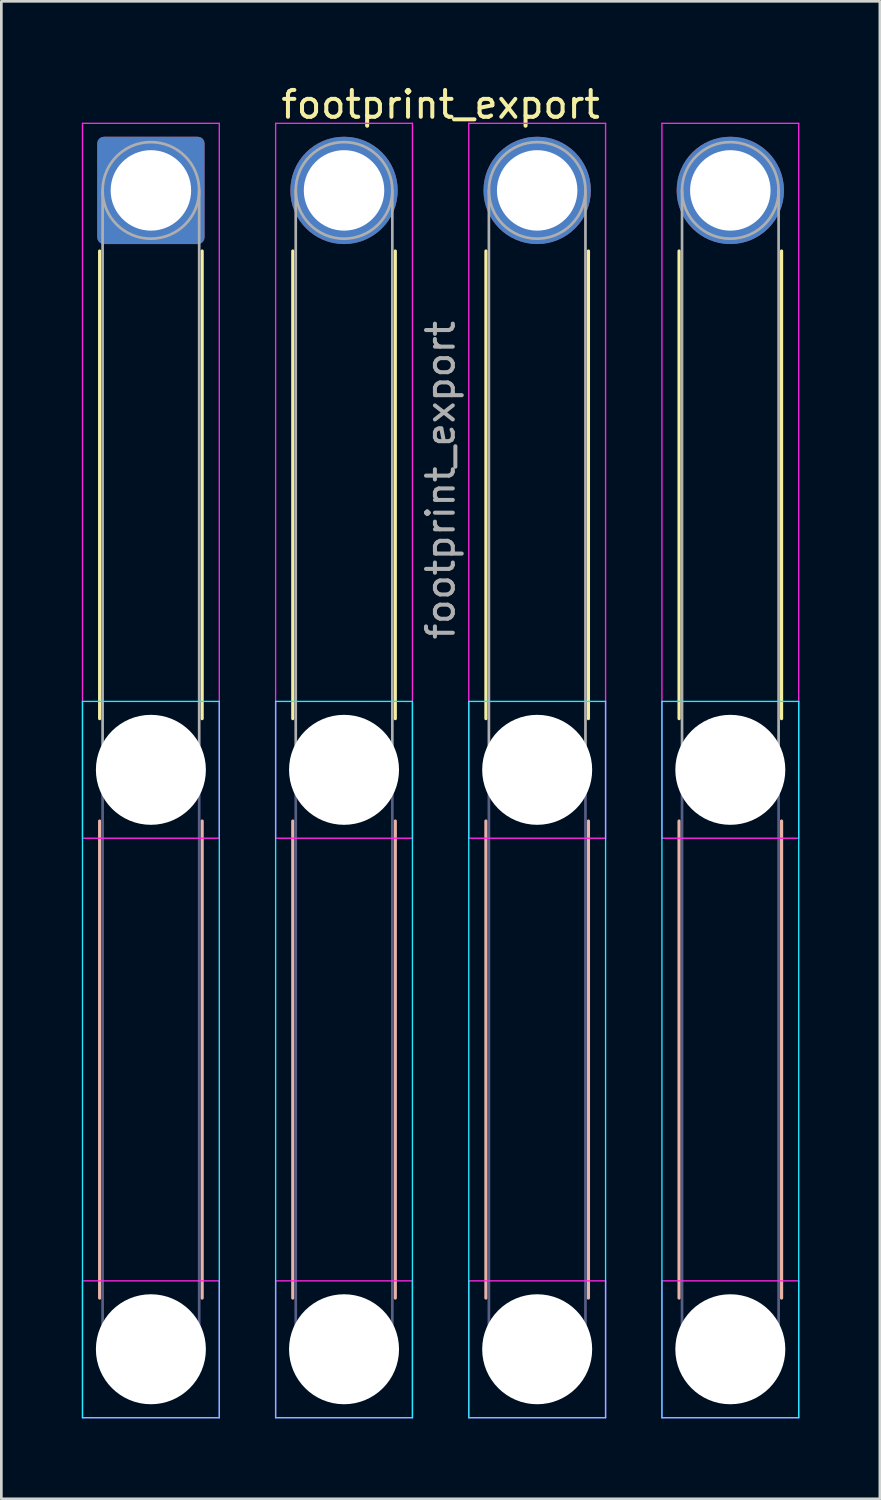
<source format=kicad_pcb>
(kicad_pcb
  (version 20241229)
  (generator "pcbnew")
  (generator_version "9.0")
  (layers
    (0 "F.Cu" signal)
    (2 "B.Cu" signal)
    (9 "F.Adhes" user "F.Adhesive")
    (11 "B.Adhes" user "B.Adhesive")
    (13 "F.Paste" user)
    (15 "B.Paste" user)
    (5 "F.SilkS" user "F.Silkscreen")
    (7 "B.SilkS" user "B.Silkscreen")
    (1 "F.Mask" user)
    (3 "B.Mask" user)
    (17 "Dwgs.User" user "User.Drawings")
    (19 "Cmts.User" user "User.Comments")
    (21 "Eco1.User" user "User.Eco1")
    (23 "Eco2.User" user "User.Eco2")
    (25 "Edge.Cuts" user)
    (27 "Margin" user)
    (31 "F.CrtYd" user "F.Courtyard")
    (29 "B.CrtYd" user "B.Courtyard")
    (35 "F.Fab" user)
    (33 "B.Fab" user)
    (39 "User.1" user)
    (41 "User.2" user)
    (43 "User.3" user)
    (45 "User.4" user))
  (footprint "footprint_export"
    (layer "F.Cu")
    (at 2.575 4.048)
    (property "Reference" "footprint_export" (at 10.8 -3.2 0) (layer "F.SilkS") (effects (font (size 1 1) (thickness 0.15))))
    (attr exclude_from_pos_files exclude_from_bom)
    (fp_line (start -1.91 2.26) (end -1.91 19.69) (stroke (width 0.12) (type solid)) (layer "F.SilkS"))
    (fp_line (start 1.91 2.26) (end 1.91 19.69) (stroke (width 0.12) (type solid)) (layer "F.SilkS"))
    (fp_line (start 5.29 2.26) (end 5.29 19.69) (stroke (width 0.12) (type solid)) (layer "F.SilkS"))
    (fp_line (start 9.11 2.26) (end 9.11 19.69) (stroke (width 0.12) (type solid)) (layer "F.SilkS"))
    (fp_line (start 12.49 2.26) (end 12.49 19.69) (stroke (width 0.12) (type solid)) (layer "F.SilkS"))
    (fp_line (start 16.31 2.26) (end 16.31 19.69) (stroke (width 0.12) (type solid)) (layer "F.SilkS"))
    (fp_line (start 19.69 2.26) (end 19.69 19.69) (stroke (width 0.12) (type solid)) (layer "F.SilkS"))
    (fp_line (start 23.51 2.26) (end 23.51 19.69) (stroke (width 0.12) (type solid)) (layer "F.SilkS"))
    (fp_line (start -1.91 23.51) (end -1.91 41.29) (stroke (width 0.12) (type solid)) (layer "B.SilkS"))
    (fp_line (start 1.91 23.51) (end 1.91 41.29) (stroke (width 0.12) (type solid)) (layer "B.SilkS"))
    (fp_line (start 5.29 23.51) (end 5.29 41.29) (stroke (width 0.12) (type solid)) (layer "B.SilkS"))
    (fp_line (start 9.11 23.51) (end 9.11 41.29) (stroke (width 0.12) (type solid)) (layer "B.SilkS"))
    (fp_line (start 12.49 23.51) (end 12.49 41.29) (stroke (width 0.12) (type solid)) (layer "B.SilkS"))
    (fp_line (start 16.31 23.51) (end 16.31 41.29) (stroke (width 0.12) (type solid)) (layer "B.SilkS"))
    (fp_line (start 19.69 23.51) (end 19.69 41.29) (stroke (width 0.12) (type solid)) (layer "B.SilkS"))
    (fp_line (start 23.51 23.51) (end 23.51 41.29) (stroke (width 0.12) (type solid)) (layer "B.SilkS"))
    (fp_line (start -2.55 19.05) (end -2.55 45.75) (stroke (width 0.05) (type solid)) (layer "B.CrtYd"))
    (fp_line (start -2.55 45.75) (end 2.55 45.75) (stroke (width 0.05) (type solid)) (layer "B.CrtYd"))
    (fp_line (start 2.55 19.05) (end -2.55 19.05) (stroke (width 0.05) (type solid)) (layer "B.CrtYd"))
    (fp_line (start 2.55 45.75) (end 2.55 19.05) (stroke (width 0.05) (type solid)) (layer "B.CrtYd"))
    (fp_line (start 4.65 19.05) (end 4.65 45.75) (stroke (width 0.05) (type solid)) (layer "B.CrtYd"))
    (fp_line (start 4.65 45.75) (end 9.75 45.75) (stroke (width 0.05) (type solid)) (layer "B.CrtYd"))
    (fp_line (start 9.75 19.05) (end 4.65 19.05) (stroke (width 0.05) (type solid)) (layer "B.CrtYd"))
    (fp_line (start 9.75 45.75) (end 9.75 19.05) (stroke (width 0.05) (type solid)) (layer "B.CrtYd"))
    (fp_line (start 11.85 19.05) (end 11.85 45.75) (stroke (width 0.05) (type solid)) (layer "B.CrtYd"))
    (fp_line (start 11.85 45.75) (end 16.95 45.75) (stroke (width 0.05) (type solid)) (layer "B.CrtYd"))
    (fp_line (start 16.95 19.05) (end 11.85 19.05) (stroke (width 0.05) (type solid)) (layer "B.CrtYd"))
    (fp_line (start 16.95 45.75) (end 16.95 19.05) (stroke (width 0.05) (type solid)) (layer "B.CrtYd"))
    (fp_line (start 19.05 19.05) (end 19.05 45.75) (stroke (width 0.05) (type solid)) (layer "B.CrtYd"))
    (fp_line (start 19.05 45.75) (end 24.15 45.75) (stroke (width 0.05) (type solid)) (layer "B.CrtYd"))
    (fp_line (start 24.15 19.05) (end 19.05 19.05) (stroke (width 0.05) (type solid)) (layer "B.CrtYd"))
    (fp_line (start 24.15 45.75) (end 24.15 19.05) (stroke (width 0.05) (type solid)) (layer "B.CrtYd"))
    (fp_line (start -2.55 -2.5) (end -2.55 24.15) (stroke (width 0.05) (type solid)) (layer "F.CrtYd"))
    (fp_line (start -2.55 24.15) (end 2.55 24.15) (stroke (width 0.05) (type solid)) (layer "F.CrtYd"))
    (fp_line (start -2.55 40.65) (end -2.55 45.75) (stroke (width 0.05) (type solid)) (layer "F.CrtYd"))
    (fp_line (start -2.55 45.75) (end 2.55 45.75) (stroke (width 0.05) (type solid)) (layer "F.CrtYd"))
    (fp_line (start 2.55 -2.5) (end -2.55 -2.5) (stroke (width 0.05) (type solid)) (layer "F.CrtYd"))
    (fp_line (start 2.55 24.15) (end 2.55 -2.5) (stroke (width 0.05) (type solid)) (layer "F.CrtYd"))
    (fp_line (start 2.55 40.65) (end -2.55 40.65) (stroke (width 0.05) (type solid)) (layer "F.CrtYd"))
    (fp_line (start 2.55 45.75) (end 2.55 40.65) (stroke (width 0.05) (type solid)) (layer "F.CrtYd"))
    (fp_line (start 4.65 -2.5) (end 4.65 24.15) (stroke (width 0.05) (type solid)) (layer "F.CrtYd"))
    (fp_line (start 4.65 24.15) (end 9.75 24.15) (stroke (width 0.05) (type solid)) (layer "F.CrtYd"))
    (fp_line (start 4.65 40.65) (end 4.65 45.75) (stroke (width 0.05) (type solid)) (layer "F.CrtYd"))
    (fp_line (start 4.65 45.75) (end 9.75 45.75) (stroke (width 0.05) (type solid)) (layer "F.CrtYd"))
    (fp_line (start 9.75 -2.5) (end 4.65 -2.5) (stroke (width 0.05) (type solid)) (layer "F.CrtYd"))
    (fp_line (start 9.75 24.15) (end 9.75 -2.5) (stroke (width 0.05) (type solid)) (layer "F.CrtYd"))
    (fp_line (start 9.75 40.65) (end 4.65 40.65) (stroke (width 0.05) (type solid)) (layer "F.CrtYd"))
    (fp_line (start 9.75 45.75) (end 9.75 40.65) (stroke (width 0.05) (type solid)) (layer "F.CrtYd"))
    (fp_line (start 11.85 -2.5) (end 11.85 24.15) (stroke (width 0.05) (type solid)) (layer "F.CrtYd"))
    (fp_line (start 11.85 24.15) (end 16.95 24.15) (stroke (width 0.05) (type solid)) (layer "F.CrtYd"))
    (fp_line (start 11.85 40.65) (end 11.85 45.75) (stroke (width 0.05) (type solid)) (layer "F.CrtYd"))
    (fp_line (start 11.85 45.75) (end 16.95 45.75) (stroke (width 0.05) (type solid)) (layer "F.CrtYd"))
    (fp_line (start 16.95 -2.5) (end 11.85 -2.5) (stroke (width 0.05) (type solid)) (layer "F.CrtYd"))
    (fp_line (start 16.95 24.15) (end 16.95 -2.5) (stroke (width 0.05) (type solid)) (layer "F.CrtYd"))
    (fp_line (start 16.95 40.65) (end 11.85 40.65) (stroke (width 0.05) (type solid)) (layer "F.CrtYd"))
    (fp_line (start 16.95 45.75) (end 16.95 40.65) (stroke (width 0.05) (type solid)) (layer "F.CrtYd"))
    (fp_line (start 19.05 -2.5) (end 19.05 24.15) (stroke (width 0.05) (type solid)) (layer "F.CrtYd"))
    (fp_line (start 19.05 24.15) (end 24.15 24.15) (stroke (width 0.05) (type solid)) (layer "F.CrtYd"))
    (fp_line (start 19.05 40.65) (end 19.05 45.75) (stroke (width 0.05) (type solid)) (layer "F.CrtYd"))
    (fp_line (start 19.05 45.75) (end 24.15 45.75) (stroke (width 0.05) (type solid)) (layer "F.CrtYd"))
    (fp_line (start 24.15 -2.5) (end 19.05 -2.5) (stroke (width 0.05) (type solid)) (layer "F.CrtYd"))
    (fp_line (start 24.15 24.15) (end 24.15 -2.5) (stroke (width 0.05) (type solid)) (layer "F.CrtYd"))
    (fp_line (start 24.15 40.65) (end 19.05 40.65) (stroke (width 0.05) (type solid)) (layer "F.CrtYd"))
    (fp_line (start 24.15 45.75) (end 24.15 40.65) (stroke (width 0.05) (type solid)) (layer "F.CrtYd"))
    (fp_line (start -1.8 21.6) (end -1.8 43.2) (stroke (width 0.1) (type solid)) (layer "B.Fab"))
    (fp_line (start 1.8 21.6) (end 1.8 43.2) (stroke (width 0.1) (type solid)) (layer "B.Fab"))
    (fp_line (start 5.4 21.6) (end 5.4 43.2) (stroke (width 0.1) (type solid)) (layer "B.Fab"))
    (fp_line (start 9 21.6) (end 9 43.2) (stroke (width 0.1) (type solid)) (layer "B.Fab"))
    (fp_line (start 12.6 21.6) (end 12.6 43.2) (stroke (width 0.1) (type solid)) (layer "B.Fab"))
    (fp_line (start 16.2 21.6) (end 16.2 43.2) (stroke (width 0.1) (type solid)) (layer "B.Fab"))
    (fp_line (start 19.8 21.6) (end 19.8 43.2) (stroke (width 0.1) (type solid)) (layer "B.Fab"))
    (fp_line (start 23.4 21.6) (end 23.4 43.2) (stroke (width 0.1) (type solid)) (layer "B.Fab"))
    (fp_circle (center 0 21.6) (end 1.8 21.6) (stroke (width 0.1) (type solid)) (fill no) (layer "B.Fab"))
    (fp_circle (center 0 43.2) (end 1.8 43.2) (stroke (width 0.1) (type solid)) (fill no) (layer "B.Fab"))
    (fp_circle (center 7.2 21.6) (end 9 21.6) (stroke (width 0.1) (type solid)) (fill no) (layer "B.Fab"))
    (fp_circle (center 7.2 43.2) (end 9 43.2) (stroke (width 0.1) (type solid)) (fill no) (layer "B.Fab"))
    (fp_circle (center 14.4 21.6) (end 16.2 21.6) (stroke (width 0.1) (type solid)) (fill no) (layer "B.Fab"))
    (fp_circle (center 14.4 43.2) (end 16.2 43.2) (stroke (width 0.1) (type solid)) (fill no) (layer "B.Fab"))
    (fp_circle (center 21.6 21.6) (end 23.4 21.6) (stroke (width 0.1) (type solid)) (fill no) (layer "B.Fab"))
    (fp_circle (center 21.6 43.2) (end 23.4 43.2) (stroke (width 0.1) (type solid)) (fill no) (layer "B.Fab"))
    (fp_line (start -1.8 0) (end -1.8 21.6) (stroke (width 0.1) (type solid)) (layer "F.Fab"))
    (fp_line (start 1.8 0) (end 1.8 21.6) (stroke (width 0.1) (type solid)) (layer "F.Fab"))
    (fp_line (start 5.4 0) (end 5.4 21.6) (stroke (width 0.1) (type solid)) (layer "F.Fab"))
    (fp_line (start 9 0) (end 9 21.6) (stroke (width 0.1) (type solid)) (layer "F.Fab"))
    (fp_line (start 12.6 0) (end 12.6 21.6) (stroke (width 0.1) (type solid)) (layer "F.Fab"))
    (fp_line (start 16.2 0) (end 16.2 21.6) (stroke (width 0.1) (type solid)) (layer "F.Fab"))
    (fp_line (start 19.8 0) (end 19.8 21.6) (stroke (width 0.1) (type solid)) (layer "F.Fab"))
    (fp_line (start 23.4 0) (end 23.4 21.6) (stroke (width 0.1) (type solid)) (layer "F.Fab"))
    (fp_circle (center 0 0) (end 1.8 0) (stroke (width 0.1) (type solid)) (fill no) (layer "F.Fab"))
    (fp_circle (center 0 21.6) (end 1.8 21.6) (stroke (width 0.1) (type solid)) (fill no) (layer "F.Fab"))
    (fp_circle (center 0 43.2) (end 1.8 43.2) (stroke (width 0.1) (type solid)) (fill no) (layer "F.Fab"))
    (fp_circle (center 7.2 0) (end 9 0) (stroke (width 0.1) (type solid)) (fill no) (layer "F.Fab"))
    (fp_circle (center 7.2 21.6) (end 9 21.6) (stroke (width 0.1) (type solid)) (fill no) (layer "F.Fab"))
    (fp_circle (center 7.2 43.2) (end 9 43.2) (stroke (width 0.1) (type solid)) (fill no) (layer "F.Fab"))
    (fp_circle (center 14.4 0) (end 16.2 0) (stroke (width 0.1) (type solid)) (fill no) (layer "F.Fab"))
    (fp_circle (center 14.4 21.6) (end 16.2 21.6) (stroke (width 0.1) (type solid)) (fill no) (layer "F.Fab"))
    (fp_circle (center 14.4 43.2) (end 16.2 43.2) (stroke (width 0.1) (type solid)) (fill no) (layer "F.Fab"))
    (fp_circle (center 21.6 0) (end 23.4 0) (stroke (width 0.1) (type solid)) (fill no) (layer "F.Fab"))
    (fp_circle (center 21.6 21.6) (end 23.4 21.6) (stroke (width 0.1) (type solid)) (fill no) (layer "F.Fab"))
    (fp_circle (center 21.6 43.2) (end 23.4 43.2) (stroke (width 0.1) (type solid)) (fill no) (layer "F.Fab"))
    (fp_text user "${REFERENCE}" (at 10.8 10.8 90) (layer "F.Fab") (effects (font (size 1 1) (thickness 0.15))))
    (pad "" np_thru_hole circle (at 0 21.6) (size 4.1 4.1) (drill 4.1) (layers "*.Cu" "*.Mask"))
    (pad "" np_thru_hole circle (at 0 43.2) (size 4.1 4.1) (drill 4.1) (layers "*.Cu" "*.Mask"))
    (pad "" np_thru_hole circle (at 7.2 21.6) (size 4.1 4.1) (drill 4.1) (layers "*.Cu" "*.Mask"))
    (pad "" np_thru_hole circle (at 7.2 43.2) (size 4.1 4.1) (drill 4.1) (layers "*.Cu" "*.Mask"))
    (pad "" np_thru_hole circle (at 14.4 21.6) (size 4.1 4.1) (drill 4.1) (layers "*.Cu" "*.Mask"))
    (pad "" np_thru_hole circle (at 14.4 43.2) (size 4.1 4.1) (drill 4.1) (layers "*.Cu" "*.Mask"))
    (pad "" np_thru_hole circle (at 21.6 21.6) (size 4.1 4.1) (drill 4.1) (layers "*.Cu" "*.Mask"))
    (pad "" np_thru_hole circle (at 21.6 43.2) (size 4.1 4.1) (drill 4.1) (layers "*.Cu" "*.Mask"))
    (pad "1" thru_hole roundrect (at 0 0) (size 4 4) (drill 3) (layers "*.Cu" "*.Mask") (roundrect_rratio 0.062))
    (pad "2" thru_hole circle (at 7.2 0) (size 4 4) (drill 3) (layers "*.Cu" "*.Mask"))
    (pad "3" thru_hole circle (at 14.4 0) (size 4 4) (drill 3) (layers "*.Cu" "*.Mask"))
    (pad "4" thru_hole circle (at 21.6 0) (size 4 4) (drill 3) (layers "*.Cu" "*.Mask")))
  (gr_rect
    (start -3 -3)
    (end 29.75 52.823)
    (stroke (width 0.1) (type default))
    (fill no)
    (layer "Edge.Cuts")))
</source>
